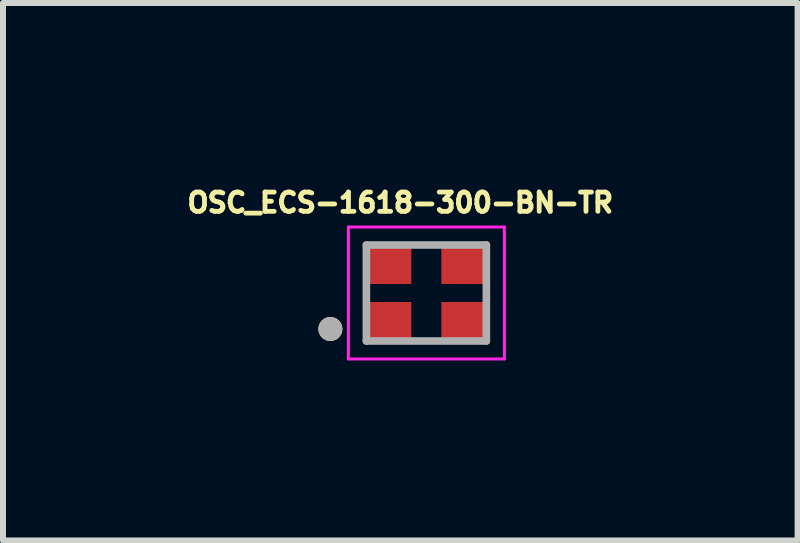
<source format=kicad_pcb>
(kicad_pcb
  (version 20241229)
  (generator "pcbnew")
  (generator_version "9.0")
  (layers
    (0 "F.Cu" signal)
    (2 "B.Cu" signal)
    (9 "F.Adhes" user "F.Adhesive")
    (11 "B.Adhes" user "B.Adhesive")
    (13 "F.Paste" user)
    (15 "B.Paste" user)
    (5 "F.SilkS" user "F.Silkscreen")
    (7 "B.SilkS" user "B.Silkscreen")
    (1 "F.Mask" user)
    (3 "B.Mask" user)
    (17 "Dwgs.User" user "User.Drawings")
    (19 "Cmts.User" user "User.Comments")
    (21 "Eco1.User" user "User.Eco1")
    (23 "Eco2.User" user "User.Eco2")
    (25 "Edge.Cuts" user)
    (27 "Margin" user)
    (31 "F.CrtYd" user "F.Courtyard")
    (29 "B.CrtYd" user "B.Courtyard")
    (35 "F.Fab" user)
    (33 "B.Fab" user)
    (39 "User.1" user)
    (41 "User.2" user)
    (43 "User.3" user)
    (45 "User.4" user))
  (footprint "OSC_ECS-1618-300-BN-TR"
    (layer "F.Cu")
    (at 4.057 1.834)
    (property "Reference" "OSC_ECS-1618-300-BN-TR" (at -0.435 -1.506 0) (layer "F.SilkS") (effects (font (size 0.321 0.321) (thickness 0.15))))
    (attr smd)
    (fp_circle (center -1.6 0.6) (end -1.5 0.6) (stroke (width 0.2) (type solid)) (fill no) (layer "F.SilkS"))
    (fp_line (start -1.3 -1.1) (end 1.3 -1.1) (stroke (width 0.05) (type solid)) (layer "F.CrtYd"))
    (fp_line (start -1.3 1.1) (end -1.3 -1.1) (stroke (width 0.05) (type solid)) (layer "F.CrtYd"))
    (fp_line (start 1.3 -1.1) (end 1.3 1.1) (stroke (width 0.05) (type solid)) (layer "F.CrtYd"))
    (fp_line (start 1.3 1.1) (end -1.3 1.1) (stroke (width 0.05) (type solid)) (layer "F.CrtYd"))
    (fp_line (start -1 -0.8) (end 1 -0.8) (stroke (width 0.127) (type solid)) (layer "F.Fab"))
    (fp_line (start -1 0.8) (end -1 -0.8) (stroke (width 0.127) (type solid)) (layer "F.Fab"))
    (fp_line (start 1 -0.8) (end 1 0.8) (stroke (width 0.127) (type solid)) (layer "F.Fab"))
    (fp_line (start 1 0.8) (end -1 0.8) (stroke (width 0.127) (type solid)) (layer "F.Fab"))
    (fp_circle (center -1.6 0.6) (end -1.5 0.6) (stroke (width 0.2) (type solid)) (fill no) (layer "F.Fab"))
    (pad "1" smd rect (at -0.65 0.5 90) (size 0.7 0.8) (layers "F.Cu" "F.Mask" "F.Paste"))
    (pad "2" smd rect (at 0.65 0.5 90) (size 0.7 0.8) (layers "F.Cu" "F.Mask" "F.Paste"))
    (pad "3" smd rect (at 0.65 -0.5 90) (size 0.7 0.8) (layers "F.Cu" "F.Mask" "F.Paste"))
    (pad "4" smd rect (at -0.65 -0.5 90) (size 0.7 0.8) (layers "F.Cu" "F.Mask" "F.Paste")))
  (gr_rect
    (start -3 -3)
    (end 10.245 5.959)
    (stroke (width 0.1) (type default))
    (fill no)
    (layer "Edge.Cuts")))
</source>
